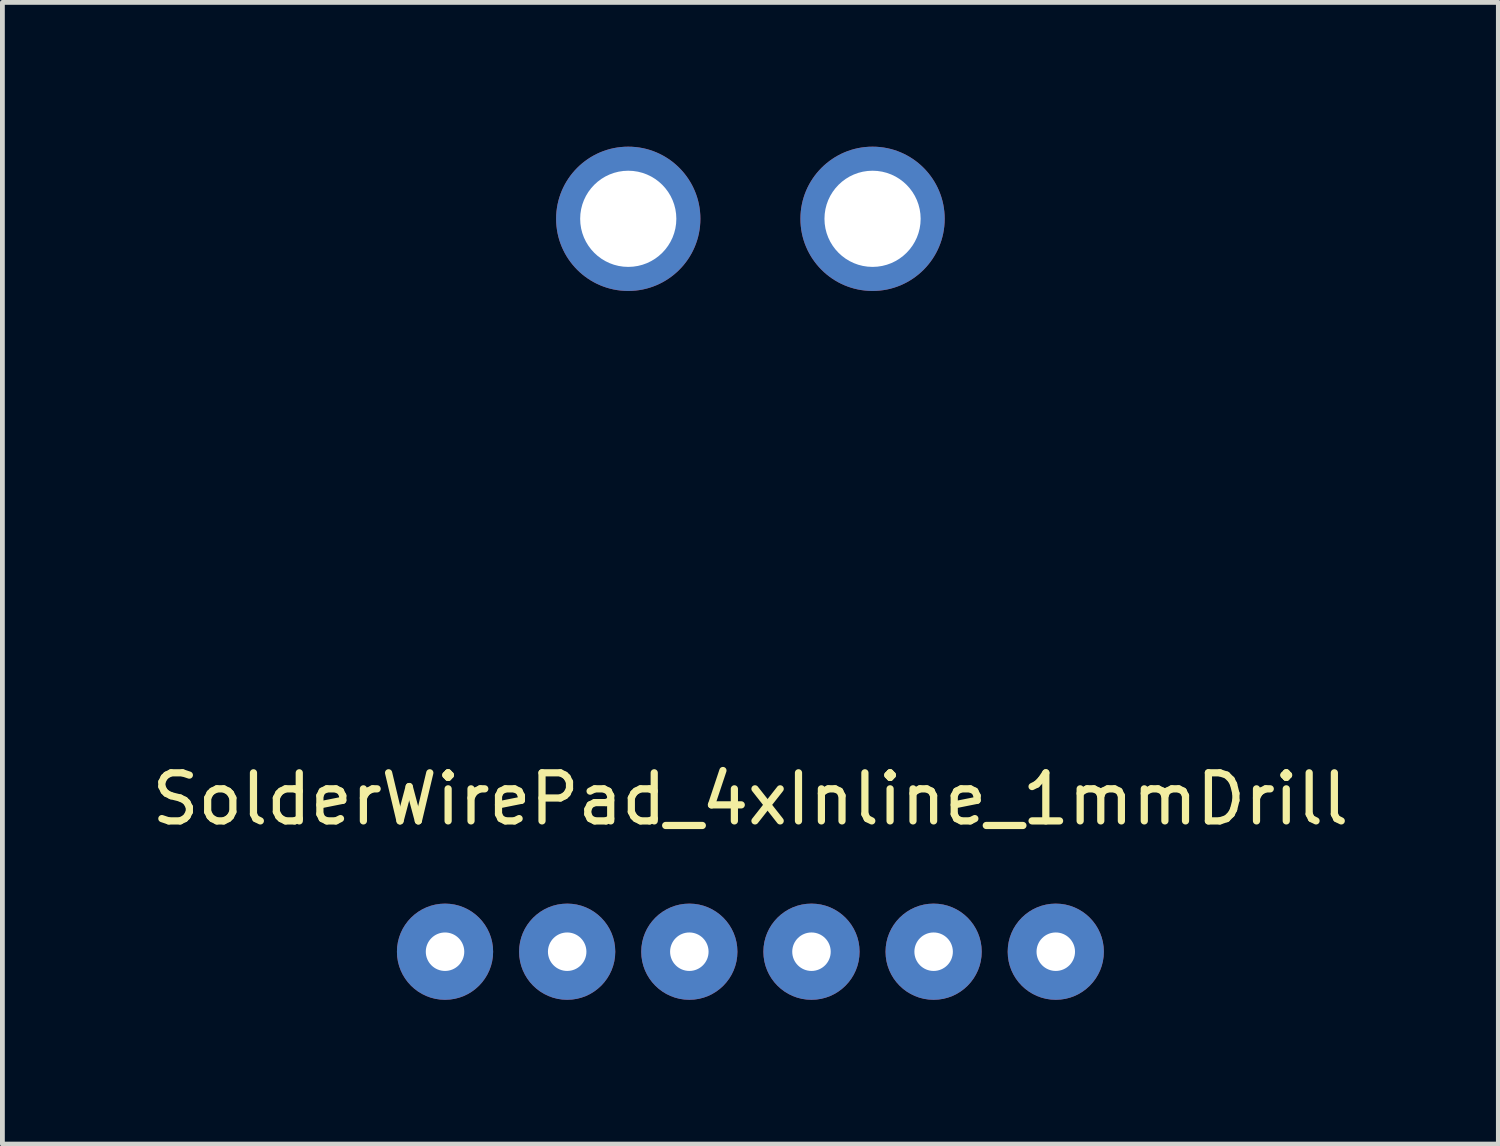
<source format=kicad_pcb>
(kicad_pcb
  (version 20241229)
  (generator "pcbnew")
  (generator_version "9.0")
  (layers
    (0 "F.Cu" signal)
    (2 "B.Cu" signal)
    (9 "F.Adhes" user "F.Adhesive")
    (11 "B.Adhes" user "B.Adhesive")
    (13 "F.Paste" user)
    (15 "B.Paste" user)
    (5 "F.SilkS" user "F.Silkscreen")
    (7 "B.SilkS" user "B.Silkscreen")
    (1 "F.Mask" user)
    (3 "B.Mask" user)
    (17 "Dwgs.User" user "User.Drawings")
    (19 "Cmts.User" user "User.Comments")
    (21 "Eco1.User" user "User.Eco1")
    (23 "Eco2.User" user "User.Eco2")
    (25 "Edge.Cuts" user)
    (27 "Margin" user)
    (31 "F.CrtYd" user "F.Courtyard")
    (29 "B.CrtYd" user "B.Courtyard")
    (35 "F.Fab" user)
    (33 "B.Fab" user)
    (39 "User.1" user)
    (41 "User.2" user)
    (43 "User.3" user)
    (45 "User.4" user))
  (footprint "SolderWirePad_4xInline_1mmDrill"
    (layer "F.Cu")
    (at 12.554 16.74)
    (property "Reference" "SolderWirePad_4xInline_1mmDrill" (at 0 -3.175 0) (layer "F.SilkS") (effects (font (size 1 1) (thickness 0.15))))
    (attr through_hole)
    (pad "1" thru_hole circle (at -6.35 0) (size 2 2) (drill 0.8) (layers "*.Cu" "*.Mask"))
    (pad "2" thru_hole circle (at -3.81 0) (size 2 2) (drill 0.8) (layers "*.Cu" "*.Mask"))
    (pad "3" thru_hole circle (at -1.27 0) (size 2 2) (drill 0.8) (layers "*.Cu" "*.Mask"))
    (pad "4" thru_hole circle (at 1.27 0) (size 2 2) (drill 0.8) (layers "*.Cu" "*.Mask"))
    (pad "5" thru_hole circle (at 3.81 0) (size 2 2) (drill 0.8) (layers "*.Cu" "*.Mask"))
    (pad "6" thru_hole circle (at 6.35 0) (size 2 2) (drill 0.8) (layers "*.Cu" "*.Mask"))
    (pad "7" thru_hole circle (at -2.54 -15.24) (size 3 3) (drill 2) (layers "*.Cu" "*.Mask"))
    (pad "7" thru_hole circle (at 2.54 -15.24) (size 3 3) (drill 2) (layers "*.Cu" "*.Mask")))
  (gr_rect
    (start -3 -3)
    (end 28.107 20.74)
    (stroke (width 0.1) (type default))
    (fill no)
    (layer "Edge.Cuts")))
</source>
